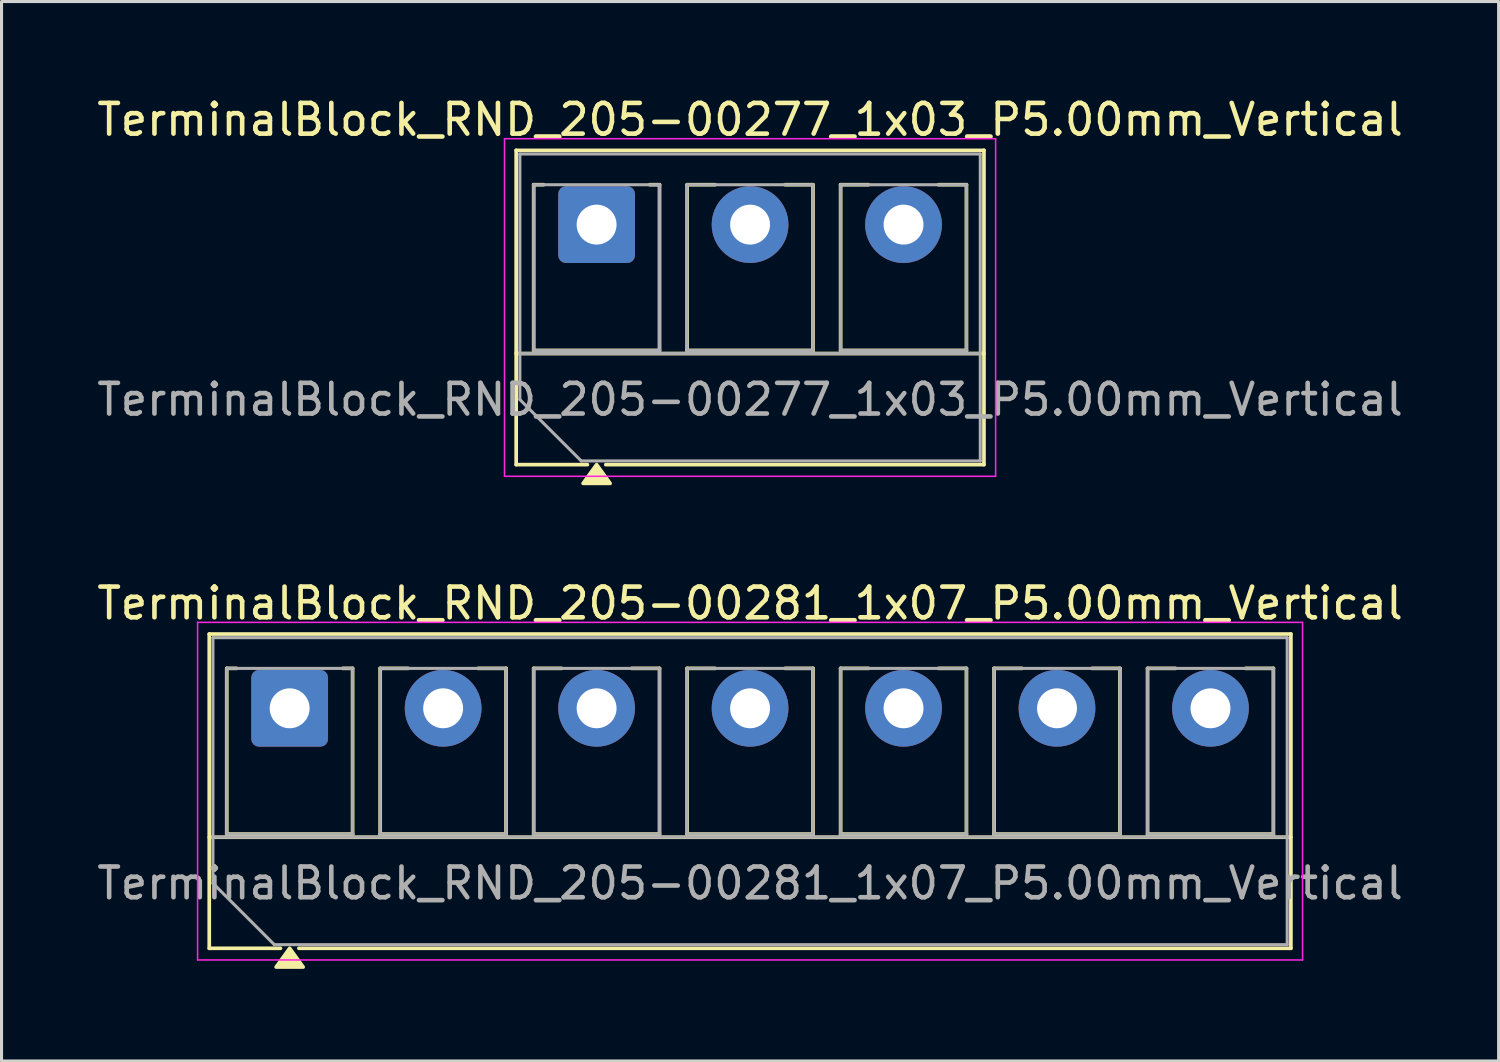
<source format=kicad_pcb>
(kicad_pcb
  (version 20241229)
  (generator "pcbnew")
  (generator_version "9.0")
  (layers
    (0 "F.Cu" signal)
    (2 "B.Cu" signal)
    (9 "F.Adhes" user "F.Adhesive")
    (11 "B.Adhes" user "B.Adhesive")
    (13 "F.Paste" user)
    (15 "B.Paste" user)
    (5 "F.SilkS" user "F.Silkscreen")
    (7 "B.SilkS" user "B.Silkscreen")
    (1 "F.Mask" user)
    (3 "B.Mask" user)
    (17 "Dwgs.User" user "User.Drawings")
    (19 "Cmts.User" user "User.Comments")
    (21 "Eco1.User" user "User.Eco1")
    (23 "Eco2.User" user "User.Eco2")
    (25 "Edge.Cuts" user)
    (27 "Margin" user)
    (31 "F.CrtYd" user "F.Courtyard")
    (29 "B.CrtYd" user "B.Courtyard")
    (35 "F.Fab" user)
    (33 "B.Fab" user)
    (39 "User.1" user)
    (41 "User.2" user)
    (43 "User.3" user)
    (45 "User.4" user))
  (footprint "TerminalBlock_RND_205-00281_1x07_P5.00mm_Vertical"
    (layer "F.Cu")
    (at 6.387 20.026)
    (property "Reference" "TerminalBlock_RND_205-00281_1x07_P5.00mm_Vertical" (at 15 -3.42 0) (layer "F.SilkS") (effects (font (size 1 1) (thickness 0.15))))
    (attr through_hole)
    (fp_line (start -2.62 -2.42) (end -2.62 7.82) (stroke (width 0.12) (type solid)) (layer "F.SilkS"))
    (fp_line (start -2.62 -2.42) (end 32.62 -2.42) (stroke (width 0.12) (type solid)) (layer "F.SilkS"))
    (fp_line (start -2.62 4.2) (end 32.62 4.2) (stroke (width 0.12) (type solid)) (layer "F.SilkS"))
    (fp_line (start -2.62 7.82) (end -0.3 7.82) (stroke (width 0.12) (type solid)) (layer "F.SilkS"))
    (fp_line (start -2.05 -1.3) (end -2.05 4.1) (stroke (width 0.12) (type solid)) (layer "F.SilkS"))
    (fp_line (start -2.05 -1.3) (end -1.73 -1.3) (stroke (width 0.12) (type solid)) (layer "F.SilkS"))
    (fp_line (start -2.05 4.1) (end 2.05 4.1) (stroke (width 0.12) (type solid)) (layer "F.SilkS"))
    (fp_line (start 0.3 7.82) (end 32.62 7.82) (stroke (width 0.12) (type solid)) (layer "F.SilkS"))
    (fp_line (start 1.73 -1.3) (end 2.05 -1.3) (stroke (width 0.12) (type solid)) (layer "F.SilkS"))
    (fp_line (start 2.05 -1.3) (end 2.05 4.1) (stroke (width 0.12) (type solid)) (layer "F.SilkS"))
    (fp_line (start 2.95 -1.3) (end 2.95 4.1) (stroke (width 0.12) (type solid)) (layer "F.SilkS"))
    (fp_line (start 2.95 -1.3) (end 3.859 -1.3) (stroke (width 0.12) (type solid)) (layer "F.SilkS"))
    (fp_line (start 2.95 4.1) (end 7.05 4.1) (stroke (width 0.12) (type solid)) (layer "F.SilkS"))
    (fp_line (start 6.141 -1.3) (end 7.05 -1.3) (stroke (width 0.12) (type solid)) (layer "F.SilkS"))
    (fp_line (start 7.05 -1.3) (end 7.05 4.1) (stroke (width 0.12) (type solid)) (layer "F.SilkS"))
    (fp_line (start 7.95 -1.3) (end 7.95 4.1) (stroke (width 0.12) (type solid)) (layer "F.SilkS"))
    (fp_line (start 7.95 -1.3) (end 8.859 -1.3) (stroke (width 0.12) (type solid)) (layer "F.SilkS"))
    (fp_line (start 7.95 4.1) (end 12.05 4.1) (stroke (width 0.12) (type solid)) (layer "F.SilkS"))
    (fp_line (start 11.141 -1.3) (end 12.05 -1.3) (stroke (width 0.12) (type solid)) (layer "F.SilkS"))
    (fp_line (start 12.05 -1.3) (end 12.05 4.1) (stroke (width 0.12) (type solid)) (layer "F.SilkS"))
    (fp_line (start 12.95 -1.3) (end 12.95 4.1) (stroke (width 0.12) (type solid)) (layer "F.SilkS"))
    (fp_line (start 12.95 -1.3) (end 13.859 -1.3) (stroke (width 0.12) (type solid)) (layer "F.SilkS"))
    (fp_line (start 12.95 4.1) (end 17.05 4.1) (stroke (width 0.12) (type solid)) (layer "F.SilkS"))
    (fp_line (start 16.141 -1.3) (end 17.05 -1.3) (stroke (width 0.12) (type solid)) (layer "F.SilkS"))
    (fp_line (start 17.05 -1.3) (end 17.05 4.1) (stroke (width 0.12) (type solid)) (layer "F.SilkS"))
    (fp_line (start 17.95 -1.3) (end 17.95 4.1) (stroke (width 0.12) (type solid)) (layer "F.SilkS"))
    (fp_line (start 17.95 -1.3) (end 18.859 -1.3) (stroke (width 0.12) (type solid)) (layer "F.SilkS"))
    (fp_line (start 17.95 4.1) (end 22.05 4.1) (stroke (width 0.12) (type solid)) (layer "F.SilkS"))
    (fp_line (start 21.141 -1.3) (end 22.05 -1.3) (stroke (width 0.12) (type solid)) (layer "F.SilkS"))
    (fp_line (start 22.05 -1.3) (end 22.05 4.1) (stroke (width 0.12) (type solid)) (layer "F.SilkS"))
    (fp_line (start 22.95 -1.3) (end 22.95 4.1) (stroke (width 0.12) (type solid)) (layer "F.SilkS"))
    (fp_line (start 22.95 -1.3) (end 23.859 -1.3) (stroke (width 0.12) (type solid)) (layer "F.SilkS"))
    (fp_line (start 22.95 4.1) (end 27.05 4.1) (stroke (width 0.12) (type solid)) (layer "F.SilkS"))
    (fp_line (start 26.141 -1.3) (end 27.05 -1.3) (stroke (width 0.12) (type solid)) (layer "F.SilkS"))
    (fp_line (start 27.05 -1.3) (end 27.05 4.1) (stroke (width 0.12) (type solid)) (layer "F.SilkS"))
    (fp_line (start 27.95 -1.3) (end 27.95 4.1) (stroke (width 0.12) (type solid)) (layer "F.SilkS"))
    (fp_line (start 27.95 -1.3) (end 28.859 -1.3) (stroke (width 0.12) (type solid)) (layer "F.SilkS"))
    (fp_line (start 27.95 4.1) (end 32.05 4.1) (stroke (width 0.12) (type solid)) (layer "F.SilkS"))
    (fp_line (start 31.141 -1.3) (end 32.05 -1.3) (stroke (width 0.12) (type solid)) (layer "F.SilkS"))
    (fp_line (start 32.05 -1.3) (end 32.05 4.1) (stroke (width 0.12) (type solid)) (layer "F.SilkS"))
    (fp_line (start 32.62 -2.42) (end 32.62 7.82) (stroke (width 0.12) (type solid)) (layer "F.SilkS"))
    (fp_poly (pts (xy 0 7.82) (xy 0.44 8.43) (xy -0.44 8.43)) (stroke (width 0.12) (type solid)) (fill yes) (layer "F.SilkS"))
    (fp_line (start -3 -2.8) (end -3 8.2) (stroke (width 0.05) (type solid)) (layer "F.CrtYd"))
    (fp_line (start -3 8.2) (end 33 8.2) (stroke (width 0.05) (type solid)) (layer "F.CrtYd"))
    (fp_line (start 33 -2.8) (end -3 -2.8) (stroke (width 0.05) (type solid)) (layer "F.CrtYd"))
    (fp_line (start 33 8.2) (end 33 -2.8) (stroke (width 0.05) (type solid)) (layer "F.CrtYd"))
    (fp_line (start -2.5 -2.3) (end 32.5 -2.3) (stroke (width 0.1) (type solid)) (layer "F.Fab"))
    (fp_line (start -2.5 4.2) (end 32.5 4.2) (stroke (width 0.1) (type solid)) (layer "F.Fab"))
    (fp_line (start -2.5 5.7) (end -2.5 -2.3) (stroke (width 0.1) (type solid)) (layer "F.Fab"))
    (fp_line (start -2.05 -1.3) (end -2.05 4.1) (stroke (width 0.1) (type solid)) (layer "F.Fab"))
    (fp_line (start -2.05 4.1) (end 2.05 4.1) (stroke (width 0.1) (type solid)) (layer "F.Fab"))
    (fp_line (start -0.5 7.7) (end -2.5 5.7) (stroke (width 0.1) (type solid)) (layer "F.Fab"))
    (fp_line (start 2.05 -1.3) (end -2.05 -1.3) (stroke (width 0.1) (type solid)) (layer "F.Fab"))
    (fp_line (start 2.05 4.1) (end 2.05 -1.3) (stroke (width 0.1) (type solid)) (layer "F.Fab"))
    (fp_line (start 2.95 -1.3) (end 2.95 4.1) (stroke (width 0.1) (type solid)) (layer "F.Fab"))
    (fp_line (start 2.95 4.1) (end 7.05 4.1) (stroke (width 0.1) (type solid)) (layer "F.Fab"))
    (fp_line (start 7.05 -1.3) (end 2.95 -1.3) (stroke (width 0.1) (type solid)) (layer "F.Fab"))
    (fp_line (start 7.05 4.1) (end 7.05 -1.3) (stroke (width 0.1) (type solid)) (layer "F.Fab"))
    (fp_line (start 7.95 -1.3) (end 7.95 4.1) (stroke (width 0.1) (type solid)) (layer "F.Fab"))
    (fp_line (start 7.95 4.1) (end 12.05 4.1) (stroke (width 0.1) (type solid)) (layer "F.Fab"))
    (fp_line (start 12.05 -1.3) (end 7.95 -1.3) (stroke (width 0.1) (type solid)) (layer "F.Fab"))
    (fp_line (start 12.05 4.1) (end 12.05 -1.3) (stroke (width 0.1) (type solid)) (layer "F.Fab"))
    (fp_line (start 12.95 -1.3) (end 12.95 4.1) (stroke (width 0.1) (type solid)) (layer "F.Fab"))
    (fp_line (start 12.95 4.1) (end 17.05 4.1) (stroke (width 0.1) (type solid)) (layer "F.Fab"))
    (fp_line (start 17.05 -1.3) (end 12.95 -1.3) (stroke (width 0.1) (type solid)) (layer "F.Fab"))
    (fp_line (start 17.05 4.1) (end 17.05 -1.3) (stroke (width 0.1) (type solid)) (layer "F.Fab"))
    (fp_line (start 17.95 -1.3) (end 17.95 4.1) (stroke (width 0.1) (type solid)) (layer "F.Fab"))
    (fp_line (start 17.95 4.1) (end 22.05 4.1) (stroke (width 0.1) (type solid)) (layer "F.Fab"))
    (fp_line (start 22.05 -1.3) (end 17.95 -1.3) (stroke (width 0.1) (type solid)) (layer "F.Fab"))
    (fp_line (start 22.05 4.1) (end 22.05 -1.3) (stroke (width 0.1) (type solid)) (layer "F.Fab"))
    (fp_line (start 22.95 -1.3) (end 22.95 4.1) (stroke (width 0.1) (type solid)) (layer "F.Fab"))
    (fp_line (start 22.95 4.1) (end 27.05 4.1) (stroke (width 0.1) (type solid)) (layer "F.Fab"))
    (fp_line (start 27.05 -1.3) (end 22.95 -1.3) (stroke (width 0.1) (type solid)) (layer "F.Fab"))
    (fp_line (start 27.05 4.1) (end 27.05 -1.3) (stroke (width 0.1) (type solid)) (layer "F.Fab"))
    (fp_line (start 27.95 -1.3) (end 27.95 4.1) (stroke (width 0.1) (type solid)) (layer "F.Fab"))
    (fp_line (start 27.95 4.1) (end 32.05 4.1) (stroke (width 0.1) (type solid)) (layer "F.Fab"))
    (fp_line (start 32.05 -1.3) (end 27.95 -1.3) (stroke (width 0.1) (type solid)) (layer "F.Fab"))
    (fp_line (start 32.05 4.1) (end 32.05 -1.3) (stroke (width 0.1) (type solid)) (layer "F.Fab"))
    (fp_line (start 32.5 -2.3) (end 32.5 7.7) (stroke (width 0.1) (type solid)) (layer "F.Fab"))
    (fp_line (start 32.5 7.7) (end -0.5 7.7) (stroke (width 0.1) (type solid)) (layer "F.Fab"))
    (fp_text user "${REFERENCE}" (at 15 5.7 0) (layer "F.Fab") (effects (font (size 1 1) (thickness 0.15))))
    (pad "1" thru_hole roundrect (at 0 0) (size 2.5 2.5) (drill 1.3) (layers "*.Cu" "*.Mask") (roundrect_rratio 0.1))
    (pad "2" thru_hole circle (at 5 0) (size 2.5 2.5) (drill 1.3) (layers "*.Cu" "*.Mask"))
    (pad "3" thru_hole circle (at 10 0) (size 2.5 2.5) (drill 1.3) (layers "*.Cu" "*.Mask"))
    (pad "4" thru_hole circle (at 15 0) (size 2.5 2.5) (drill 1.3) (layers "*.Cu" "*.Mask"))
    (pad "5" thru_hole circle (at 20 0) (size 2.5 2.5) (drill 1.3) (layers "*.Cu" "*.Mask"))
    (pad "6" thru_hole circle (at 25 0) (size 2.5 2.5) (drill 1.3) (layers "*.Cu" "*.Mask"))
    (pad "7" thru_hole circle (at 30 0) (size 2.5 2.5) (drill 1.3) (layers "*.Cu" "*.Mask")))
  (footprint "TerminalBlock_RND_205-00277_1x03_P5.00mm_Vertical"
    (layer "F.Cu")
    (at 16.387 4.268)
    (property "Reference" "TerminalBlock_RND_205-00277_1x03_P5.00mm_Vertical" (at 5 -3.42 0) (layer "F.SilkS") (effects (font (size 1 1) (thickness 0.15))))
    (attr through_hole)
    (fp_line (start -2.62 -2.42) (end -2.62 7.82) (stroke (width 0.12) (type solid)) (layer "F.SilkS"))
    (fp_line (start -2.62 -2.42) (end 12.62 -2.42) (stroke (width 0.12) (type solid)) (layer "F.SilkS"))
    (fp_line (start -2.62 4.2) (end 12.62 4.2) (stroke (width 0.12) (type solid)) (layer "F.SilkS"))
    (fp_line (start -2.62 7.82) (end -0.3 7.82) (stroke (width 0.12) (type solid)) (layer "F.SilkS"))
    (fp_line (start -2.05 -1.3) (end -2.05 4.1) (stroke (width 0.12) (type solid)) (layer "F.SilkS"))
    (fp_line (start -2.05 -1.3) (end -1.73 -1.3) (stroke (width 0.12) (type solid)) (layer "F.SilkS"))
    (fp_line (start -2.05 4.1) (end 2.05 4.1) (stroke (width 0.12) (type solid)) (layer "F.SilkS"))
    (fp_line (start 0.3 7.82) (end 12.62 7.82) (stroke (width 0.12) (type solid)) (layer "F.SilkS"))
    (fp_line (start 1.73 -1.3) (end 2.05 -1.3) (stroke (width 0.12) (type solid)) (layer "F.SilkS"))
    (fp_line (start 2.05 -1.3) (end 2.05 4.1) (stroke (width 0.12) (type solid)) (layer "F.SilkS"))
    (fp_line (start 2.95 -1.3) (end 2.95 4.1) (stroke (width 0.12) (type solid)) (layer "F.SilkS"))
    (fp_line (start 2.95 -1.3) (end 3.859 -1.3) (stroke (width 0.12) (type solid)) (layer "F.SilkS"))
    (fp_line (start 2.95 4.1) (end 7.05 4.1) (stroke (width 0.12) (type solid)) (layer "F.SilkS"))
    (fp_line (start 6.141 -1.3) (end 7.05 -1.3) (stroke (width 0.12) (type solid)) (layer "F.SilkS"))
    (fp_line (start 7.05 -1.3) (end 7.05 4.1) (stroke (width 0.12) (type solid)) (layer "F.SilkS"))
    (fp_line (start 7.95 -1.3) (end 7.95 4.1) (stroke (width 0.12) (type solid)) (layer "F.SilkS"))
    (fp_line (start 7.95 -1.3) (end 8.859 -1.3) (stroke (width 0.12) (type solid)) (layer "F.SilkS"))
    (fp_line (start 7.95 4.1) (end 12.05 4.1) (stroke (width 0.12) (type solid)) (layer "F.SilkS"))
    (fp_line (start 11.141 -1.3) (end 12.05 -1.3) (stroke (width 0.12) (type solid)) (layer "F.SilkS"))
    (fp_line (start 12.05 -1.3) (end 12.05 4.1) (stroke (width 0.12) (type solid)) (layer "F.SilkS"))
    (fp_line (start 12.62 -2.42) (end 12.62 7.82) (stroke (width 0.12) (type solid)) (layer "F.SilkS"))
    (fp_poly (pts (xy 0 7.82) (xy 0.44 8.43) (xy -0.44 8.43)) (stroke (width 0.12) (type solid)) (fill yes) (layer "F.SilkS"))
    (fp_line (start -3 -2.8) (end -3 8.2) (stroke (width 0.05) (type solid)) (layer "F.CrtYd"))
    (fp_line (start -3 8.2) (end 13 8.2) (stroke (width 0.05) (type solid)) (layer "F.CrtYd"))
    (fp_line (start 13 -2.8) (end -3 -2.8) (stroke (width 0.05) (type solid)) (layer "F.CrtYd"))
    (fp_line (start 13 8.2) (end 13 -2.8) (stroke (width 0.05) (type solid)) (layer "F.CrtYd"))
    (fp_line (start -2.5 -2.3) (end 12.5 -2.3) (stroke (width 0.1) (type solid)) (layer "F.Fab"))
    (fp_line (start -2.5 4.2) (end 12.5 4.2) (stroke (width 0.1) (type solid)) (layer "F.Fab"))
    (fp_line (start -2.5 5.7) (end -2.5 -2.3) (stroke (width 0.1) (type solid)) (layer "F.Fab"))
    (fp_line (start -2.05 -1.3) (end -2.05 4.1) (stroke (width 0.1) (type solid)) (layer "F.Fab"))
    (fp_line (start -2.05 4.1) (end 2.05 4.1) (stroke (width 0.1) (type solid)) (layer "F.Fab"))
    (fp_line (start -0.5 7.7) (end -2.5 5.7) (stroke (width 0.1) (type solid)) (layer "F.Fab"))
    (fp_line (start 2.05 -1.3) (end -2.05 -1.3) (stroke (width 0.1) (type solid)) (layer "F.Fab"))
    (fp_line (start 2.05 4.1) (end 2.05 -1.3) (stroke (width 0.1) (type solid)) (layer "F.Fab"))
    (fp_line (start 2.95 -1.3) (end 2.95 4.1) (stroke (width 0.1) (type solid)) (layer "F.Fab"))
    (fp_line (start 2.95 4.1) (end 7.05 4.1) (stroke (width 0.1) (type solid)) (layer "F.Fab"))
    (fp_line (start 7.05 -1.3) (end 2.95 -1.3) (stroke (width 0.1) (type solid)) (layer "F.Fab"))
    (fp_line (start 7.05 4.1) (end 7.05 -1.3) (stroke (width 0.1) (type solid)) (layer "F.Fab"))
    (fp_line (start 7.95 -1.3) (end 7.95 4.1) (stroke (width 0.1) (type solid)) (layer "F.Fab"))
    (fp_line (start 7.95 4.1) (end 12.05 4.1) (stroke (width 0.1) (type solid)) (layer "F.Fab"))
    (fp_line (start 12.05 -1.3) (end 7.95 -1.3) (stroke (width 0.1) (type solid)) (layer "F.Fab"))
    (fp_line (start 12.05 4.1) (end 12.05 -1.3) (stroke (width 0.1) (type solid)) (layer "F.Fab"))
    (fp_line (start 12.5 -2.3) (end 12.5 7.7) (stroke (width 0.1) (type solid)) (layer "F.Fab"))
    (fp_line (start 12.5 7.7) (end -0.5 7.7) (stroke (width 0.1) (type solid)) (layer "F.Fab"))
    (fp_text user "${REFERENCE}" (at 5 5.7 0) (layer "F.Fab") (effects (font (size 1 1) (thickness 0.15))))
    (pad "1" thru_hole roundrect (at 0 0) (size 2.5 2.5) (drill 1.3) (layers "*.Cu" "*.Mask") (roundrect_rratio 0.1))
    (pad "2" thru_hole circle (at 5 0) (size 2.5 2.5) (drill 1.3) (layers "*.Cu" "*.Mask"))
    (pad "3" thru_hole circle (at 10 0) (size 2.5 2.5) (drill 1.3) (layers "*.Cu" "*.Mask")))
  (gr_rect
    (start -3 -3)
    (end 45.774 31.517)
    (stroke (width 0.1) (type default))
    (fill no)
    (layer "Edge.Cuts")))
</source>
